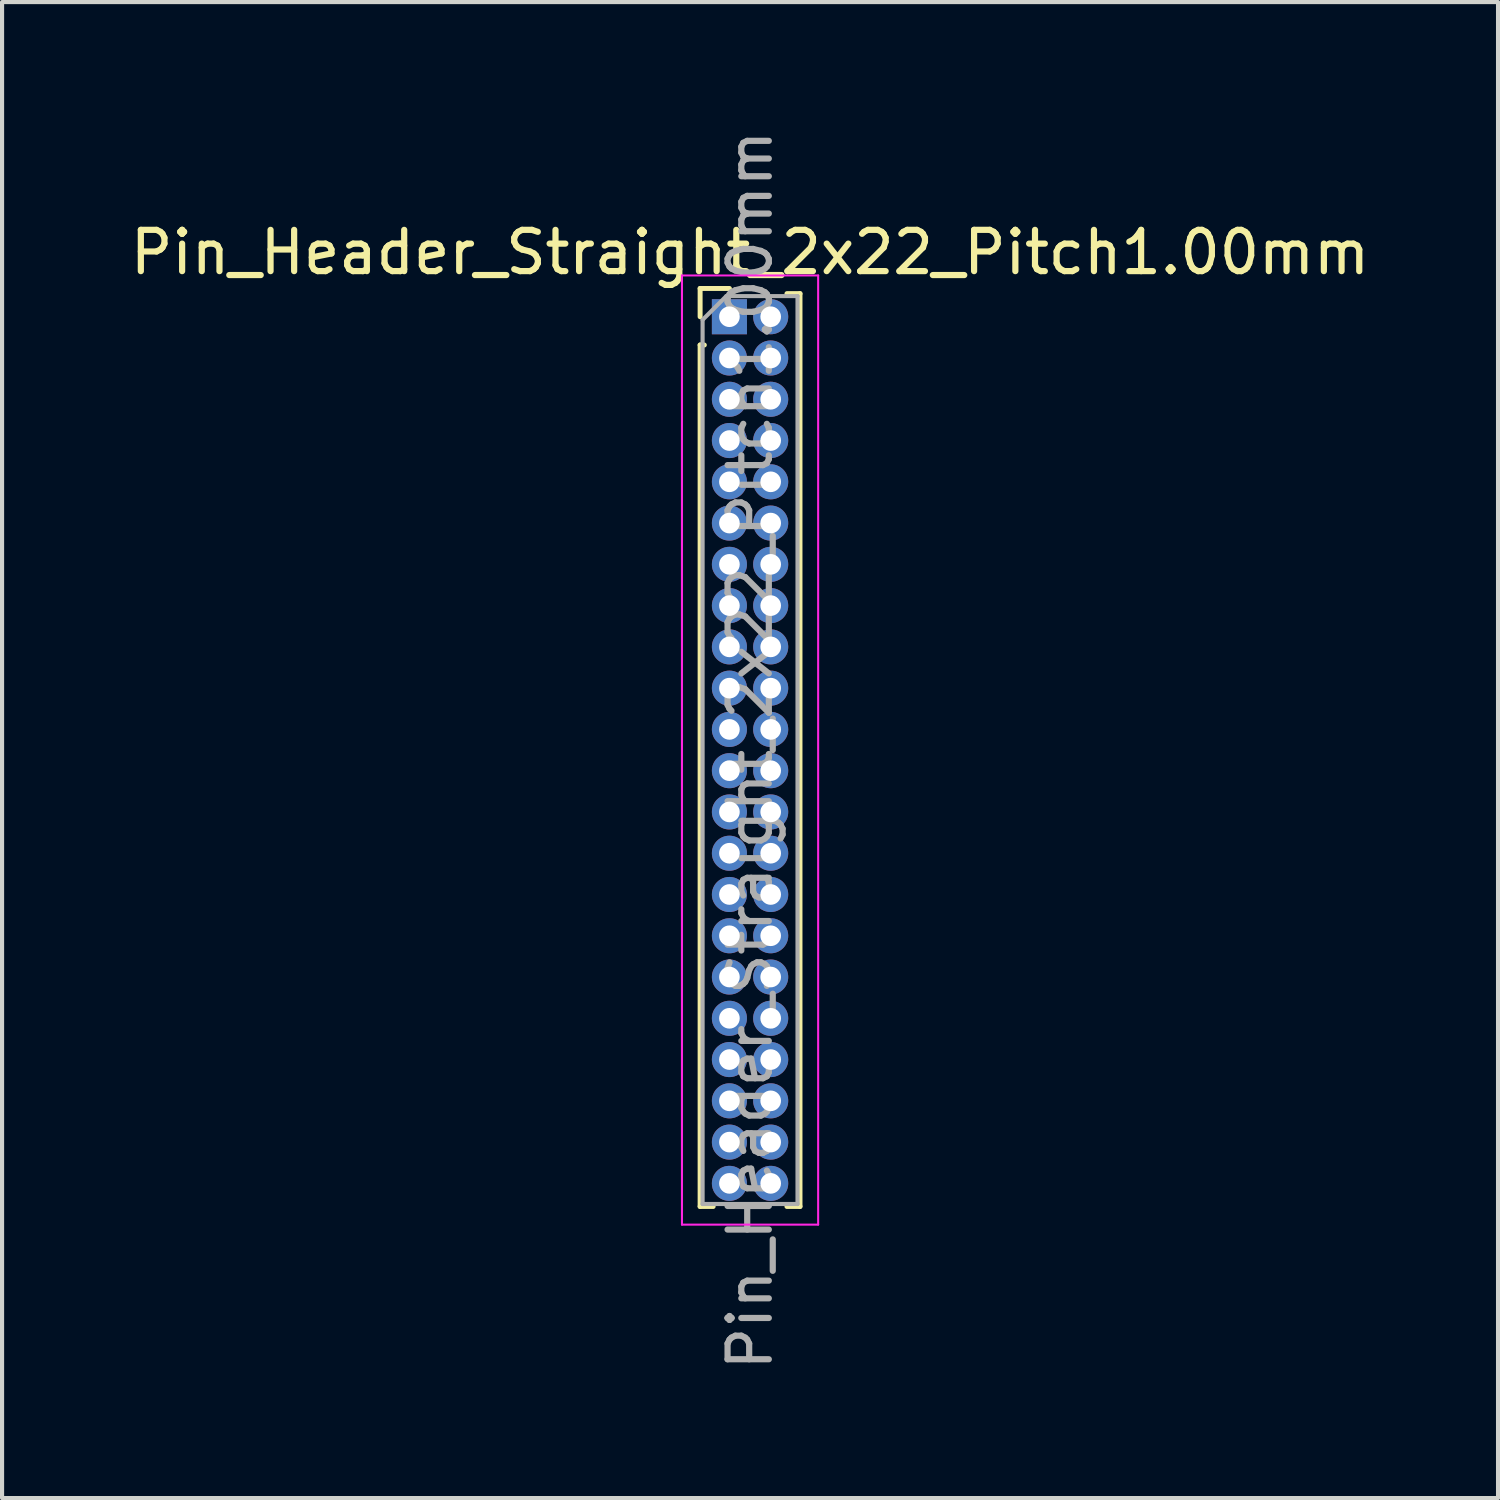
<source format=kicad_pcb>
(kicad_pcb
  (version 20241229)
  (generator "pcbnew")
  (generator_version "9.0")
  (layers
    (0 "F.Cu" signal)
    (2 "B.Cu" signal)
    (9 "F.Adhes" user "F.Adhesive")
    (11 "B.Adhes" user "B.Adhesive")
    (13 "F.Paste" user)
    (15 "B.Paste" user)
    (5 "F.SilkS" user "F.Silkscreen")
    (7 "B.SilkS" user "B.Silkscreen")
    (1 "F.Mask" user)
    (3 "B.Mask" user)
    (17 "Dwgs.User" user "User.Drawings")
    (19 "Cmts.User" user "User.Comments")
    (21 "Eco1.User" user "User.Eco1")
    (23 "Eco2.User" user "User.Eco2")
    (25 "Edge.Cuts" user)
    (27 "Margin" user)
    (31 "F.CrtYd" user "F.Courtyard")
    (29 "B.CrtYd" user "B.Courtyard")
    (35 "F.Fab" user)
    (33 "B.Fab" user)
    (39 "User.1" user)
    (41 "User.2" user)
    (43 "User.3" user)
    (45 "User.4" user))
  (footprint "Pin_Header_Straight_2x22_Pitch1.00mm"
    (layer "F.Cu")
    (at 14.625 4.625)
    (property "Reference" "Pin_Header_Straight_2x22_Pitch1.00mm" (at 0.5 -1.56 0) (layer "F.SilkS") (effects (font (size 1 1) (thickness 0.15))))
    (attr through_hole)
    (fp_line (start -0.71 -0.685) (end 0 -0.685) (stroke (width 0.12) (type solid)) (layer "F.SilkS"))
    (fp_line (start -0.71 0) (end -0.71 -0.685) (stroke (width 0.12) (type solid)) (layer "F.SilkS"))
    (fp_line (start -0.71 0.685) (end -0.71 21.56) (stroke (width 0.12) (type solid)) (layer "F.SilkS"))
    (fp_line (start -0.71 0.685) (end -0.608 0.685) (stroke (width 0.12) (type solid)) (layer "F.SilkS"))
    (fp_line (start -0.71 21.56) (end -0.394 21.56) (stroke (width 0.12) (type solid)) (layer "F.SilkS"))
    (fp_line (start 0.394 21.56) (end 0.606 21.56) (stroke (width 0.12) (type solid)) (layer "F.SilkS"))
    (fp_line (start 1.394 -0.56) (end 1.71 -0.56) (stroke (width 0.12) (type solid)) (layer "F.SilkS"))
    (fp_line (start 1.394 21.56) (end 1.71 21.56) (stroke (width 0.12) (type solid)) (layer "F.SilkS"))
    (fp_line (start 1.71 -0.56) (end 1.71 21.56) (stroke (width 0.12) (type solid)) (layer "F.SilkS"))
    (fp_line (start -1.15 -1) (end -1.15 22) (stroke (width 0.05) (type solid)) (layer "F.CrtYd"))
    (fp_line (start -1.15 22) (end 2.15 22) (stroke (width 0.05) (type solid)) (layer "F.CrtYd"))
    (fp_line (start 2.15 -1) (end -1.15 -1) (stroke (width 0.05) (type solid)) (layer "F.CrtYd"))
    (fp_line (start 2.15 22) (end 2.15 -1) (stroke (width 0.05) (type solid)) (layer "F.CrtYd"))
    (fp_line (start -0.65 0.075) (end -0.075 -0.5) (stroke (width 0.1) (type solid)) (layer "F.Fab"))
    (fp_line (start -0.65 21.5) (end -0.65 0.075) (stroke (width 0.1) (type solid)) (layer "F.Fab"))
    (fp_line (start -0.075 -0.5) (end 1.65 -0.5) (stroke (width 0.1) (type solid)) (layer "F.Fab"))
    (fp_line (start 1.65 -0.5) (end 1.65 21.5) (stroke (width 0.1) (type solid)) (layer "F.Fab"))
    (fp_line (start 1.65 21.5) (end -0.65 21.5) (stroke (width 0.1) (type solid)) (layer "F.Fab"))
    (fp_text user "${REFERENCE}" (at 0.5 10.5 90) (layer "F.Fab") (effects (font (size 1 1) (thickness 0.15))))
    (pad "1" thru_hole rect (at 0 0) (size 0.85 0.85) (drill 0.5) (layers "*.Cu" "*.Mask"))
    (pad "2" thru_hole oval (at 1 0) (size 0.85 0.85) (drill 0.5) (layers "*.Cu" "*.Mask"))
    (pad "3" thru_hole oval (at 0 1) (size 0.85 0.85) (drill 0.5) (layers "*.Cu" "*.Mask"))
    (pad "4" thru_hole oval (at 1 1) (size 0.85 0.85) (drill 0.5) (layers "*.Cu" "*.Mask"))
    (pad "5" thru_hole oval (at 0 2) (size 0.85 0.85) (drill 0.5) (layers "*.Cu" "*.Mask"))
    (pad "6" thru_hole oval (at 1 2) (size 0.85 0.85) (drill 0.5) (layers "*.Cu" "*.Mask"))
    (pad "7" thru_hole oval (at 0 3) (size 0.85 0.85) (drill 0.5) (layers "*.Cu" "*.Mask"))
    (pad "8" thru_hole oval (at 1 3) (size 0.85 0.85) (drill 0.5) (layers "*.Cu" "*.Mask"))
    (pad "9" thru_hole oval (at 0 4) (size 0.85 0.85) (drill 0.5) (layers "*.Cu" "*.Mask"))
    (pad "10" thru_hole oval (at 1 4) (size 0.85 0.85) (drill 0.5) (layers "*.Cu" "*.Mask"))
    (pad "11" thru_hole oval (at 0 5) (size 0.85 0.85) (drill 0.5) (layers "*.Cu" "*.Mask"))
    (pad "12" thru_hole oval (at 1 5) (size 0.85 0.85) (drill 0.5) (layers "*.Cu" "*.Mask"))
    (pad "13" thru_hole oval (at 0 6) (size 0.85 0.85) (drill 0.5) (layers "*.Cu" "*.Mask"))
    (pad "14" thru_hole oval (at 1 6) (size 0.85 0.85) (drill 0.5) (layers "*.Cu" "*.Mask"))
    (pad "15" thru_hole oval (at 0 7) (size 0.85 0.85) (drill 0.5) (layers "*.Cu" "*.Mask"))
    (pad "16" thru_hole oval (at 1 7) (size 0.85 0.85) (drill 0.5) (layers "*.Cu" "*.Mask"))
    (pad "17" thru_hole oval (at 0 8) (size 0.85 0.85) (drill 0.5) (layers "*.Cu" "*.Mask"))
    (pad "18" thru_hole oval (at 1 8) (size 0.85 0.85) (drill 0.5) (layers "*.Cu" "*.Mask"))
    (pad "19" thru_hole oval (at 0 9) (size 0.85 0.85) (drill 0.5) (layers "*.Cu" "*.Mask"))
    (pad "20" thru_hole oval (at 1 9) (size 0.85 0.85) (drill 0.5) (layers "*.Cu" "*.Mask"))
    (pad "21" thru_hole oval (at 0 10) (size 0.85 0.85) (drill 0.5) (layers "*.Cu" "*.Mask"))
    (pad "22" thru_hole oval (at 1 10) (size 0.85 0.85) (drill 0.5) (layers "*.Cu" "*.Mask"))
    (pad "23" thru_hole oval (at 0 11) (size 0.85 0.85) (drill 0.5) (layers "*.Cu" "*.Mask"))
    (pad "24" thru_hole oval (at 1 11) (size 0.85 0.85) (drill 0.5) (layers "*.Cu" "*.Mask"))
    (pad "25" thru_hole oval (at 0 12) (size 0.85 0.85) (drill 0.5) (layers "*.Cu" "*.Mask"))
    (pad "26" thru_hole oval (at 1 12) (size 0.85 0.85) (drill 0.5) (layers "*.Cu" "*.Mask"))
    (pad "27" thru_hole oval (at 0 13) (size 0.85 0.85) (drill 0.5) (layers "*.Cu" "*.Mask"))
    (pad "28" thru_hole oval (at 1 13) (size 0.85 0.85) (drill 0.5) (layers "*.Cu" "*.Mask"))
    (pad "29" thru_hole oval (at 0 14) (size 0.85 0.85) (drill 0.5) (layers "*.Cu" "*.Mask"))
    (pad "30" thru_hole oval (at 1 14) (size 0.85 0.85) (drill 0.5) (layers "*.Cu" "*.Mask"))
    (pad "31" thru_hole oval (at 0 15) (size 0.85 0.85) (drill 0.5) (layers "*.Cu" "*.Mask"))
    (pad "32" thru_hole oval (at 1 15) (size 0.85 0.85) (drill 0.5) (layers "*.Cu" "*.Mask"))
    (pad "33" thru_hole oval (at 0 16) (size 0.85 0.85) (drill 0.5) (layers "*.Cu" "*.Mask"))
    (pad "34" thru_hole oval (at 1 16) (size 0.85 0.85) (drill 0.5) (layers "*.Cu" "*.Mask"))
    (pad "35" thru_hole oval (at 0 17) (size 0.85 0.85) (drill 0.5) (layers "*.Cu" "*.Mask"))
    (pad "36" thru_hole oval (at 1 17) (size 0.85 0.85) (drill 0.5) (layers "*.Cu" "*.Mask"))
    (pad "37" thru_hole oval (at 0 18) (size 0.85 0.85) (drill 0.5) (layers "*.Cu" "*.Mask"))
    (pad "38" thru_hole oval (at 1 18) (size 0.85 0.85) (drill 0.5) (layers "*.Cu" "*.Mask"))
    (pad "39" thru_hole oval (at 0 19) (size 0.85 0.85) (drill 0.5) (layers "*.Cu" "*.Mask"))
    (pad "40" thru_hole oval (at 1 19) (size 0.85 0.85) (drill 0.5) (layers "*.Cu" "*.Mask"))
    (pad "41" thru_hole oval (at 0 20) (size 0.85 0.85) (drill 0.5) (layers "*.Cu" "*.Mask"))
    (pad "42" thru_hole oval (at 1 20) (size 0.85 0.85) (drill 0.5) (layers "*.Cu" "*.Mask"))
    (pad "43" thru_hole oval (at 0 21) (size 0.85 0.85) (drill 0.5) (layers "*.Cu" "*.Mask"))
    (pad "44" thru_hole oval (at 1 21) (size 0.85 0.85) (drill 0.5) (layers "*.Cu" "*.Mask")))
  (gr_rect
    (start -3 -3)
    (end 33.25 33.25)
    (stroke (width 0.1) (type default))
    (fill no)
    (layer "Edge.Cuts")))
</source>
